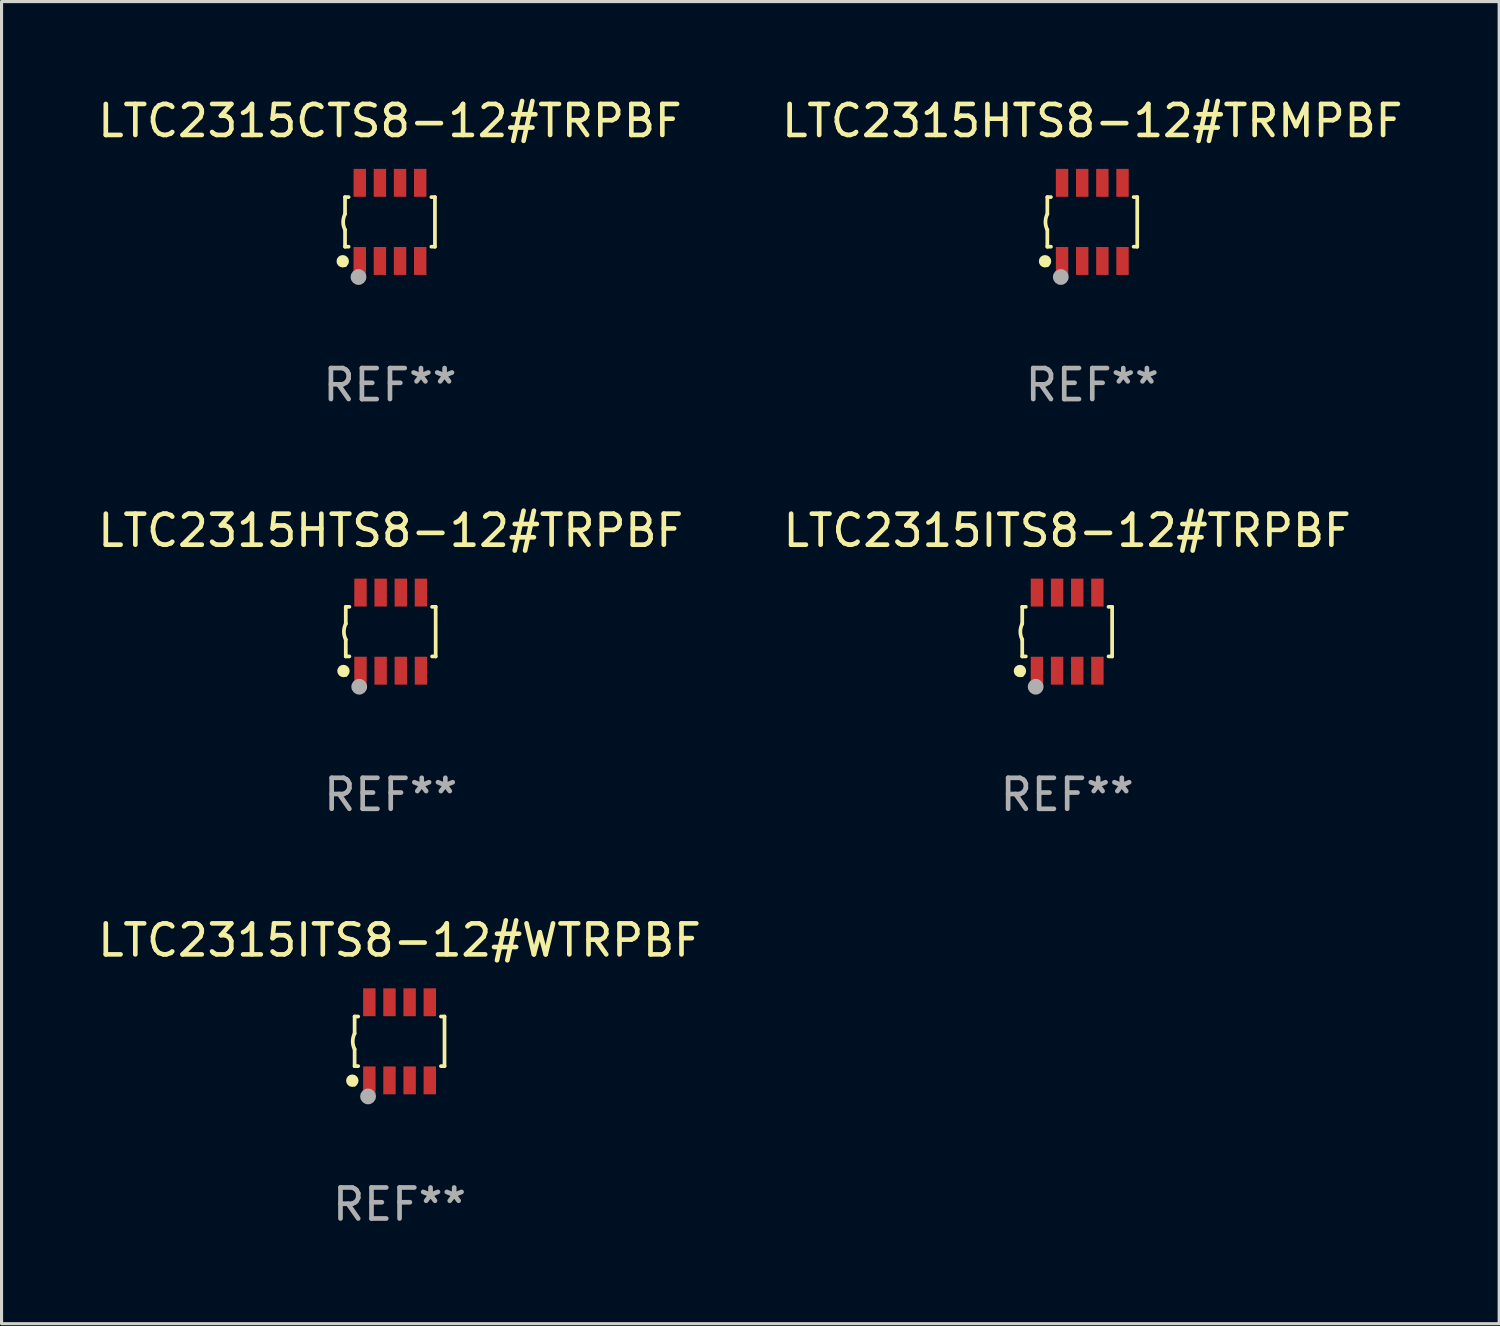
<source format=kicad_pcb>
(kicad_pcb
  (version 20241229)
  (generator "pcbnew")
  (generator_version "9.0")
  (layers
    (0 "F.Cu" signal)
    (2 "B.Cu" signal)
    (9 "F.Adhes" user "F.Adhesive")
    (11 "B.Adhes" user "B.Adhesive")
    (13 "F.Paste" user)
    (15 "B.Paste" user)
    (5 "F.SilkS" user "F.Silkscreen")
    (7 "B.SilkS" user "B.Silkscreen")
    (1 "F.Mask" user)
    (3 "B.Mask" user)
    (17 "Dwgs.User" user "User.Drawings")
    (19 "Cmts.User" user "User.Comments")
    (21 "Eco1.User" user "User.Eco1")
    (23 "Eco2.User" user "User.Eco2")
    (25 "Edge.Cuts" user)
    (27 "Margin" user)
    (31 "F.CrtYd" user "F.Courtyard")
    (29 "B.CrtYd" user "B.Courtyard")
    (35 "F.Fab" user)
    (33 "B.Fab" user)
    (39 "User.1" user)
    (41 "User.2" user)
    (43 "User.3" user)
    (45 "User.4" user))
  (footprint "LTC2315CTS8-12#TRPBF"
    (layer "F.Cu")
    (at 9.53 4.108)
    (property "Reference" "LTC2315CTS8-12#TRPBF" (at 0 -3.26 0) (layer "F.SilkS") (effects (font (size 1 1) (thickness 0.15))))
    (attr through_hole)
    (fp_line (start -1.45 -0.8) (end -1.45 -0.254) (stroke (width 0.12) (type solid)) (layer "F.SilkS"))
    (fp_line (start -1.45 -0.8) (end -1.334 -0.8) (stroke (width 0.12) (type solid)) (layer "F.SilkS"))
    (fp_line (start -1.45 0.8) (end -1.45 0.254) (stroke (width 0.12) (type solid)) (layer "F.SilkS"))
    (fp_line (start -1.45 0.8) (end -1.334 0.8) (stroke (width 0.12) (type solid)) (layer "F.SilkS"))
    (fp_line (start 1.334 -0.8) (end 1.45 -0.8) (stroke (width 0.12) (type solid)) (layer "F.SilkS"))
    (fp_line (start 1.334 0.8) (end 1.45 0.8) (stroke (width 0.12) (type solid)) (layer "F.SilkS"))
    (fp_line (start 1.45 0.8) (end 1.45 -0.8) (stroke (width 0.12) (type solid)) (layer "F.SilkS"))
    (fp_arc (start -1.45075 0.255144) (mid -1.510605 0.000434) (end -1.450013 -0.254102) (stroke (width 0.11999) (type solid)) (layer "F.SilkS"))
    (fp_circle (center -1.524 1.27) (end -1.424 1.27) (stroke (width 0.2) (type solid)) (fill no) (layer "F.SilkS"))
    (fp_circle (center -1.45 1.4) (end -1.42 1.4) (stroke (width 0.06) (type solid)) (fill no) (layer "F.SilkS"))
    (fp_circle (center -1.016 1.778) (end -0.889 1.778) (stroke (width 0.254) (type solid)) (fill no) (layer "F.Fab"))
    (fp_text user "REF**" (at 0 5.26 0) (layer "F.Fab") (effects (font (size 1 1) (thickness 0.15))))
    (pad "1" smd rect (at -0.975 1.26) (size 0.4 0.9) (layers "F.Cu" "F.Mask" "F.Paste"))
    (pad "2" smd rect (at -0.325 1.26) (size 0.4 0.9) (layers "F.Cu" "F.Mask" "F.Paste"))
    (pad "3" smd rect (at 0.325 1.26) (size 0.4 0.9) (layers "F.Cu" "F.Mask" "F.Paste"))
    (pad "4" smd rect (at 0.975 1.26) (size 0.4 0.9) (layers "F.Cu" "F.Mask" "F.Paste"))
    (pad "5" smd rect (at 0.975 -1.26) (size 0.4 0.9) (layers "F.Cu" "F.Mask" "F.Paste"))
    (pad "6" smd rect (at 0.325 -1.26) (size 0.4 0.9) (layers "F.Cu" "F.Mask" "F.Paste"))
    (pad "7" smd rect (at -0.325 -1.26) (size 0.4 0.9) (layers "F.Cu" "F.Mask" "F.Paste"))
    (pad "8" smd rect (at -0.975 -1.26) (size 0.4 0.9) (layers "F.Cu" "F.Mask" "F.Paste")))
  (footprint "LTC2315ITS8-12#WTRPBF"
    (layer "F.Cu")
    (at 9.839 30.541)
    (property "Reference" "LTC2315ITS8-12#WTRPBF" (at 0 -3.26 0) (layer "F.SilkS") (effects (font (size 1 1) (thickness 0.15))))
    (attr through_hole)
    (fp_line (start -1.45 -0.8) (end -1.45 -0.254) (stroke (width 0.12) (type solid)) (layer "F.SilkS"))
    (fp_line (start -1.45 -0.8) (end -1.334 -0.8) (stroke (width 0.12) (type solid)) (layer "F.SilkS"))
    (fp_line (start -1.45 0.8) (end -1.45 0.254) (stroke (width 0.12) (type solid)) (layer "F.SilkS"))
    (fp_line (start -1.45 0.8) (end -1.334 0.8) (stroke (width 0.12) (type solid)) (layer "F.SilkS"))
    (fp_line (start 1.334 -0.8) (end 1.45 -0.8) (stroke (width 0.12) (type solid)) (layer "F.SilkS"))
    (fp_line (start 1.334 0.8) (end 1.45 0.8) (stroke (width 0.12) (type solid)) (layer "F.SilkS"))
    (fp_line (start 1.45 0.8) (end 1.45 -0.8) (stroke (width 0.12) (type solid)) (layer "F.SilkS"))
    (fp_arc (start -1.45075 0.255144) (mid -1.510605 0.000434) (end -1.450013 -0.254102) (stroke (width 0.11999) (type solid)) (layer "F.SilkS"))
    (fp_circle (center -1.524 1.27) (end -1.424 1.27) (stroke (width 0.2) (type solid)) (fill no) (layer "F.SilkS"))
    (fp_circle (center -1.45 1.4) (end -1.42 1.4) (stroke (width 0.06) (type solid)) (fill no) (layer "F.SilkS"))
    (fp_circle (center -1.016 1.778) (end -0.889 1.778) (stroke (width 0.254) (type solid)) (fill no) (layer "F.Fab"))
    (fp_text user "REF**" (at 0 5.26 0) (layer "F.Fab") (effects (font (size 1 1) (thickness 0.15))))
    (pad "1" smd rect (at -0.975 1.26) (size 0.4 0.9) (layers "F.Cu" "F.Mask" "F.Paste"))
    (pad "2" smd rect (at -0.325 1.26) (size 0.4 0.9) (layers "F.Cu" "F.Mask" "F.Paste"))
    (pad "3" smd rect (at 0.325 1.26) (size 0.4 0.9) (layers "F.Cu" "F.Mask" "F.Paste"))
    (pad "4" smd rect (at 0.975 1.26) (size 0.4 0.9) (layers "F.Cu" "F.Mask" "F.Paste"))
    (pad "5" smd rect (at 0.975 -1.26) (size 0.4 0.9) (layers "F.Cu" "F.Mask" "F.Paste"))
    (pad "6" smd rect (at 0.325 -1.26) (size 0.4 0.9) (layers "F.Cu" "F.Mask" "F.Paste"))
    (pad "7" smd rect (at -0.325 -1.26) (size 0.4 0.9) (layers "F.Cu" "F.Mask" "F.Paste"))
    (pad "8" smd rect (at -0.975 -1.26) (size 0.4 0.9) (layers "F.Cu" "F.Mask" "F.Paste")))
  (footprint "LTC2315ITS8-12#TRPBF"
    (layer "F.Cu")
    (at 31.375 17.325)
    (property "Reference" "LTC2315ITS8-12#TRPBF" (at 0 -3.26 0) (layer "F.SilkS") (effects (font (size 1 1) (thickness 0.15))))
    (attr through_hole)
    (fp_line (start -1.45 -0.8) (end -1.45 -0.254) (stroke (width 0.12) (type solid)) (layer "F.SilkS"))
    (fp_line (start -1.45 -0.8) (end -1.334 -0.8) (stroke (width 0.12) (type solid)) (layer "F.SilkS"))
    (fp_line (start -1.45 0.8) (end -1.45 0.254) (stroke (width 0.12) (type solid)) (layer "F.SilkS"))
    (fp_line (start -1.45 0.8) (end -1.334 0.8) (stroke (width 0.12) (type solid)) (layer "F.SilkS"))
    (fp_line (start 1.334 -0.8) (end 1.45 -0.8) (stroke (width 0.12) (type solid)) (layer "F.SilkS"))
    (fp_line (start 1.334 0.8) (end 1.45 0.8) (stroke (width 0.12) (type solid)) (layer "F.SilkS"))
    (fp_line (start 1.45 0.8) (end 1.45 -0.8) (stroke (width 0.12) (type solid)) (layer "F.SilkS"))
    (fp_arc (start -1.45075 0.255144) (mid -1.510605 0.000434) (end -1.450013 -0.254102) (stroke (width 0.11999) (type solid)) (layer "F.SilkS"))
    (fp_circle (center -1.524 1.27) (end -1.424 1.27) (stroke (width 0.2) (type solid)) (fill no) (layer "F.SilkS"))
    (fp_circle (center -1.45 1.4) (end -1.42 1.4) (stroke (width 0.06) (type solid)) (fill no) (layer "F.SilkS"))
    (fp_circle (center -1.016 1.778) (end -0.889 1.778) (stroke (width 0.254) (type solid)) (fill no) (layer "F.Fab"))
    (fp_text user "REF**" (at 0 5.26 0) (layer "F.Fab") (effects (font (size 1 1) (thickness 0.15))))
    (pad "1" smd rect (at -0.975 1.26) (size 0.4 0.9) (layers "F.Cu" "F.Mask" "F.Paste"))
    (pad "2" smd rect (at -0.325 1.26) (size 0.4 0.9) (layers "F.Cu" "F.Mask" "F.Paste"))
    (pad "3" smd rect (at 0.325 1.26) (size 0.4 0.9) (layers "F.Cu" "F.Mask" "F.Paste"))
    (pad "4" smd rect (at 0.975 1.26) (size 0.4 0.9) (layers "F.Cu" "F.Mask" "F.Paste"))
    (pad "5" smd rect (at 0.975 -1.26) (size 0.4 0.9) (layers "F.Cu" "F.Mask" "F.Paste"))
    (pad "6" smd rect (at 0.325 -1.26) (size 0.4 0.9) (layers "F.Cu" "F.Mask" "F.Paste"))
    (pad "7" smd rect (at -0.325 -1.26) (size 0.4 0.9) (layers "F.Cu" "F.Mask" "F.Paste"))
    (pad "8" smd rect (at -0.975 -1.26) (size 0.4 0.9) (layers "F.Cu" "F.Mask" "F.Paste")))
  (footprint "LTC2315HTS8-12#TRMPBF"
    (layer "F.Cu")
    (at 32.185 4.108)
    (property "Reference" "LTC2315HTS8-12#TRMPBF" (at 0 -3.26 0) (layer "F.SilkS") (effects (font (size 1 1) (thickness 0.15))))
    (attr through_hole)
    (fp_line (start -1.45 -0.8) (end -1.45 -0.254) (stroke (width 0.12) (type solid)) (layer "F.SilkS"))
    (fp_line (start -1.45 -0.8) (end -1.334 -0.8) (stroke (width 0.12) (type solid)) (layer "F.SilkS"))
    (fp_line (start -1.45 0.8) (end -1.45 0.254) (stroke (width 0.12) (type solid)) (layer "F.SilkS"))
    (fp_line (start -1.45 0.8) (end -1.334 0.8) (stroke (width 0.12) (type solid)) (layer "F.SilkS"))
    (fp_line (start 1.334 -0.8) (end 1.45 -0.8) (stroke (width 0.12) (type solid)) (layer "F.SilkS"))
    (fp_line (start 1.334 0.8) (end 1.45 0.8) (stroke (width 0.12) (type solid)) (layer "F.SilkS"))
    (fp_line (start 1.45 0.8) (end 1.45 -0.8) (stroke (width 0.12) (type solid)) (layer "F.SilkS"))
    (fp_arc (start -1.45075 0.255144) (mid -1.510605 0.000434) (end -1.450013 -0.254102) (stroke (width 0.11999) (type solid)) (layer "F.SilkS"))
    (fp_circle (center -1.524 1.27) (end -1.424 1.27) (stroke (width 0.2) (type solid)) (fill no) (layer "F.SilkS"))
    (fp_circle (center -1.45 1.4) (end -1.42 1.4) (stroke (width 0.06) (type solid)) (fill no) (layer "F.SilkS"))
    (fp_circle (center -1.016 1.778) (end -0.889 1.778) (stroke (width 0.254) (type solid)) (fill no) (layer "F.Fab"))
    (fp_text user "REF**" (at 0 5.26 0) (layer "F.Fab") (effects (font (size 1 1) (thickness 0.15))))
    (pad "1" smd rect (at -0.975 1.26) (size 0.4 0.9) (layers "F.Cu" "F.Mask" "F.Paste"))
    (pad "2" smd rect (at -0.325 1.26) (size 0.4 0.9) (layers "F.Cu" "F.Mask" "F.Paste"))
    (pad "3" smd rect (at 0.325 1.26) (size 0.4 0.9) (layers "F.Cu" "F.Mask" "F.Paste"))
    (pad "4" smd rect (at 0.975 1.26) (size 0.4 0.9) (layers "F.Cu" "F.Mask" "F.Paste"))
    (pad "5" smd rect (at 0.975 -1.26) (size 0.4 0.9) (layers "F.Cu" "F.Mask" "F.Paste"))
    (pad "6" smd rect (at 0.325 -1.26) (size 0.4 0.9) (layers "F.Cu" "F.Mask" "F.Paste"))
    (pad "7" smd rect (at -0.325 -1.26) (size 0.4 0.9) (layers "F.Cu" "F.Mask" "F.Paste"))
    (pad "8" smd rect (at -0.975 -1.26) (size 0.4 0.9) (layers "F.Cu" "F.Mask" "F.Paste")))
  (footprint "LTC2315HTS8-12#TRPBF"
    (layer "F.Cu")
    (at 9.554 17.325)
    (property "Reference" "LTC2315HTS8-12#TRPBF" (at 0 -3.26 0) (layer "F.SilkS") (effects (font (size 1 1) (thickness 0.15))))
    (attr through_hole)
    (fp_line (start -1.45 -0.8) (end -1.45 -0.254) (stroke (width 0.12) (type solid)) (layer "F.SilkS"))
    (fp_line (start -1.45 -0.8) (end -1.334 -0.8) (stroke (width 0.12) (type solid)) (layer "F.SilkS"))
    (fp_line (start -1.45 0.8) (end -1.45 0.254) (stroke (width 0.12) (type solid)) (layer "F.SilkS"))
    (fp_line (start -1.45 0.8) (end -1.334 0.8) (stroke (width 0.12) (type solid)) (layer "F.SilkS"))
    (fp_line (start 1.334 -0.8) (end 1.45 -0.8) (stroke (width 0.12) (type solid)) (layer "F.SilkS"))
    (fp_line (start 1.334 0.8) (end 1.45 0.8) (stroke (width 0.12) (type solid)) (layer "F.SilkS"))
    (fp_line (start 1.45 0.8) (end 1.45 -0.8) (stroke (width 0.12) (type solid)) (layer "F.SilkS"))
    (fp_arc (start -1.45075 0.255144) (mid -1.510605 0.000434) (end -1.450013 -0.254102) (stroke (width 0.11999) (type solid)) (layer "F.SilkS"))
    (fp_circle (center -1.524 1.27) (end -1.424 1.27) (stroke (width 0.2) (type solid)) (fill no) (layer "F.SilkS"))
    (fp_circle (center -1.45 1.4) (end -1.42 1.4) (stroke (width 0.06) (type solid)) (fill no) (layer "F.SilkS"))
    (fp_circle (center -1.016 1.778) (end -0.889 1.778) (stroke (width 0.254) (type solid)) (fill no) (layer "F.Fab"))
    (fp_text user "REF**" (at 0 5.26 0) (layer "F.Fab") (effects (font (size 1 1) (thickness 0.15))))
    (pad "1" smd rect (at -0.975 1.26) (size 0.4 0.9) (layers "F.Cu" "F.Mask" "F.Paste"))
    (pad "2" smd rect (at -0.325 1.26) (size 0.4 0.9) (layers "F.Cu" "F.Mask" "F.Paste"))
    (pad "3" smd rect (at 0.325 1.26) (size 0.4 0.9) (layers "F.Cu" "F.Mask" "F.Paste"))
    (pad "4" smd rect (at 0.975 1.26) (size 0.4 0.9) (layers "F.Cu" "F.Mask" "F.Paste"))
    (pad "5" smd rect (at 0.975 -1.26) (size 0.4 0.9) (layers "F.Cu" "F.Mask" "F.Paste"))
    (pad "6" smd rect (at 0.325 -1.26) (size 0.4 0.9) (layers "F.Cu" "F.Mask" "F.Paste"))
    (pad "7" smd rect (at -0.325 -1.26) (size 0.4 0.9) (layers "F.Cu" "F.Mask" "F.Paste"))
    (pad "8" smd rect (at -0.975 -1.26) (size 0.4 0.9) (layers "F.Cu" "F.Mask" "F.Paste")))
  (gr_rect
    (start -3 -3)
    (end 45.31 39.649)
    (stroke (width 0.1) (type default))
    (fill no)
    (layer "Edge.Cuts")))
</source>
